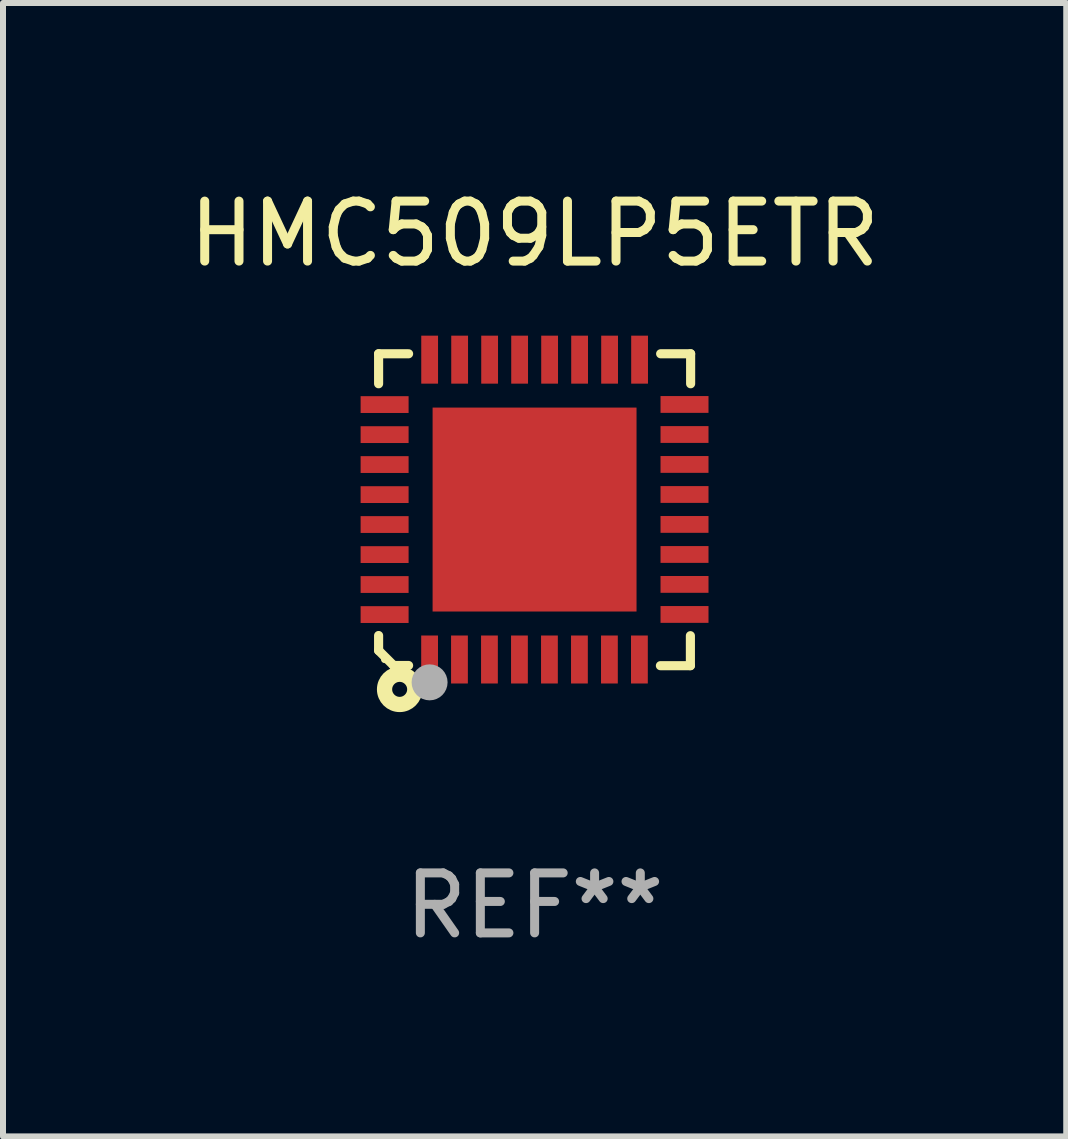
<source format=kicad_pcb>
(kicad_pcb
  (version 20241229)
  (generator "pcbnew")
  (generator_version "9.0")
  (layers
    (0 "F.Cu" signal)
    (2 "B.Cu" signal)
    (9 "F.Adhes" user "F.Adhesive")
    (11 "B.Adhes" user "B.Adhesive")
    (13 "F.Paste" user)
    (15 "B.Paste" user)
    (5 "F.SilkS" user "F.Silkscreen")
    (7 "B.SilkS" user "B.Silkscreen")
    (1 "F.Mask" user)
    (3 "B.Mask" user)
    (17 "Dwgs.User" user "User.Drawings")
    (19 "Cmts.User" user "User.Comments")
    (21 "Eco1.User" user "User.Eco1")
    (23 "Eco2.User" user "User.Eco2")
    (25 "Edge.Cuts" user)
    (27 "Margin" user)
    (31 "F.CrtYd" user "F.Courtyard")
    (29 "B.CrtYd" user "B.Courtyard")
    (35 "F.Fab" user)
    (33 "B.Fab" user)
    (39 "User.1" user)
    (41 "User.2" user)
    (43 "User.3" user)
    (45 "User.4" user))
  (footprint "HMC509LP5ETR"
    (layer "F.Cu")
    (at 5.863 5.448)
    (property "Reference" "HMC509LP5ETR" (at 0 -4.6 0) (layer "F.SilkS") (effects (font (size 1 1) (thickness 0.15))))
    (attr through_hole)
    (fp_line (start -2.601 2.097) (end -2.601 2.347) (stroke (width 0.152) (type solid)) (layer "F.SilkS"))
    (fp_line (start -2.601 2.347) (end -2.351 2.597) (stroke (width 0.152) (type solid)) (layer "F.SilkS"))
    (fp_line (start -2.601 -2.6) (end -2.601 -2.1) (stroke (width 0.152) (type solid)) (layer "F.SilkS"))
    (fp_line (start -2.601 -2.6) (end -2.101 -2.6) (stroke (width 0.152) (type solid)) (layer "F.SilkS"))
    (fp_line (start -2.351 2.597) (end -2.101 2.597) (stroke (width 0.152) (type solid)) (layer "F.SilkS"))
    (fp_line (start 2.597 2.6) (end 2.097 2.6) (stroke (width 0.152) (type solid)) (layer "F.SilkS"))
    (fp_line (start 2.597 2.6) (end 2.597 2.1) (stroke (width 0.152) (type solid)) (layer "F.SilkS"))
    (fp_line (start 2.601 -2.6) (end 2.101 -2.6) (stroke (width 0.152) (type solid)) (layer "F.SilkS"))
    (fp_line (start 2.601 -2.6) (end 2.601 -2.1) (stroke (width 0.152) (type solid)) (layer "F.SilkS"))
    (fp_circle (center -2.501 2.497) (end -2.471 2.497) (stroke (width 0.06) (type solid)) (fill no) (layer "F.SilkS"))
    (fp_circle (center -2.25 2.995) (end -2.125 2.995) (stroke (width 0.254) (type solid)) (fill no) (layer "F.SilkS"))
    (fp_circle (center -1.751 2.878) (end -1.601 2.878) (stroke (width 0.3) (type solid)) (fill no) (layer "F.Fab"))
    (fp_text user "REF**" (at 0 6.6 0) (layer "F.Fab") (effects (font (size 1 1) (thickness 0.15))))
    (pad "1" smd rect (at -1.751 2.497) (size 0.28 0.8) (layers "F.Cu" "F.Mask" "F.Paste"))
    (pad "2" smd rect (at -1.253 2.497) (size 0.28 0.8) (layers "F.Cu" "F.Mask" "F.Paste"))
    (pad "3" smd rect (at -0.753 2.497) (size 0.28 0.8) (layers "F.Cu" "F.Mask" "F.Paste"))
    (pad "4" smd rect (at -0.253 2.497) (size 0.28 0.8) (layers "F.Cu" "F.Mask" "F.Paste"))
    (pad "5" smd rect (at 0.247 2.497) (size 0.28 0.8) (layers "F.Cu" "F.Mask" "F.Paste"))
    (pad "6" smd rect (at 0.747 2.497) (size 0.28 0.8) (layers "F.Cu" "F.Mask" "F.Paste"))
    (pad "7" smd rect (at 1.247 2.497) (size 0.28 0.8) (layers "F.Cu" "F.Mask" "F.Paste"))
    (pad "8" smd rect (at 1.747 2.497) (size 0.28 0.8) (layers "F.Cu" "F.Mask" "F.Paste"))
    (pad "9" smd rect (at 2.499 1.746) (size 0.8 0.28) (layers "F.Cu" "F.Mask" "F.Paste"))
    (pad "10" smd rect (at 2.499 1.245) (size 0.8 0.28) (layers "F.Cu" "F.Mask" "F.Paste"))
    (pad "11" smd rect (at 2.499 0.746) (size 0.8 0.28) (layers "F.Cu" "F.Mask" "F.Paste"))
    (pad "12" smd rect (at 2.499 0.245) (size 0.8 0.28) (layers "F.Cu" "F.Mask" "F.Paste"))
    (pad "13" smd rect (at 2.499 -0.254) (size 0.8 0.28) (layers "F.Cu" "F.Mask" "F.Paste"))
    (pad "14" smd rect (at 2.499 -0.755) (size 0.8 0.28) (layers "F.Cu" "F.Mask" "F.Paste"))
    (pad "15" smd rect (at 2.499 -1.254) (size 0.8 0.28) (layers "F.Cu" "F.Mask" "F.Paste"))
    (pad "16" smd rect (at 2.499 -1.755) (size 0.8 0.28) (layers "F.Cu" "F.Mask" "F.Paste"))
    (pad "17" smd rect (at 1.75 -2.502) (size 0.28 0.8) (layers "F.Cu" "F.Mask" "F.Paste"))
    (pad "18" smd rect (at 1.25 -2.502) (size 0.28 0.8) (layers "F.Cu" "F.Mask" "F.Paste"))
    (pad "19" smd rect (at 0.75 -2.502) (size 0.28 0.8) (layers "F.Cu" "F.Mask" "F.Paste"))
    (pad "20" smd rect (at 0.25 -2.502) (size 0.28 0.8) (layers "F.Cu" "F.Mask" "F.Paste"))
    (pad "21" smd rect (at -0.25 -2.502) (size 0.28 0.8) (layers "F.Cu" "F.Mask" "F.Paste"))
    (pad "22" smd rect (at -0.75 -2.502) (size 0.28 0.8) (layers "F.Cu" "F.Mask" "F.Paste"))
    (pad "23" smd rect (at -1.25 -2.502) (size 0.28 0.8) (layers "F.Cu" "F.Mask" "F.Paste"))
    (pad "24" smd rect (at -1.75 -2.502) (size 0.28 0.8) (layers "F.Cu" "F.Mask" "F.Paste"))
    (pad "25" smd rect (at -2.501 -1.753) (size 0.8 0.28) (layers "F.Cu" "F.Mask" "F.Paste"))
    (pad "26" smd rect (at -2.501 -1.252) (size 0.8 0.28) (layers "F.Cu" "F.Mask" "F.Paste"))
    (pad "27" smd rect (at -2.501 -0.753) (size 0.8 0.28) (layers "F.Cu" "F.Mask" "F.Paste"))
    (pad "28" smd rect (at -2.501 -0.252) (size 0.8 0.28) (layers "F.Cu" "F.Mask" "F.Paste"))
    (pad "29" smd rect (at -2.501 0.247) (size 0.8 0.28) (layers "F.Cu" "F.Mask" "F.Paste"))
    (pad "30" smd rect (at -2.501 0.748) (size 0.8 0.28) (layers "F.Cu" "F.Mask" "F.Paste"))
    (pad "31" smd rect (at -2.501 1.247) (size 0.8 0.28) (layers "F.Cu" "F.Mask" "F.Paste"))
    (pad "32" smd rect (at -2.501 1.748) (size 0.8 0.28) (layers "F.Cu" "F.Mask" "F.Paste"))
    (pad "33" smd rect (at -0.001 -0.003 180) (size 3.4 3.4) (layers "F.Cu" "F.Mask" "F.Paste")))
  (gr_rect
    (start -3 -3)
    (end 14.726 15.896)
    (stroke (width 0.1) (type default))
    (fill no)
    (layer "Edge.Cuts")))
</source>
